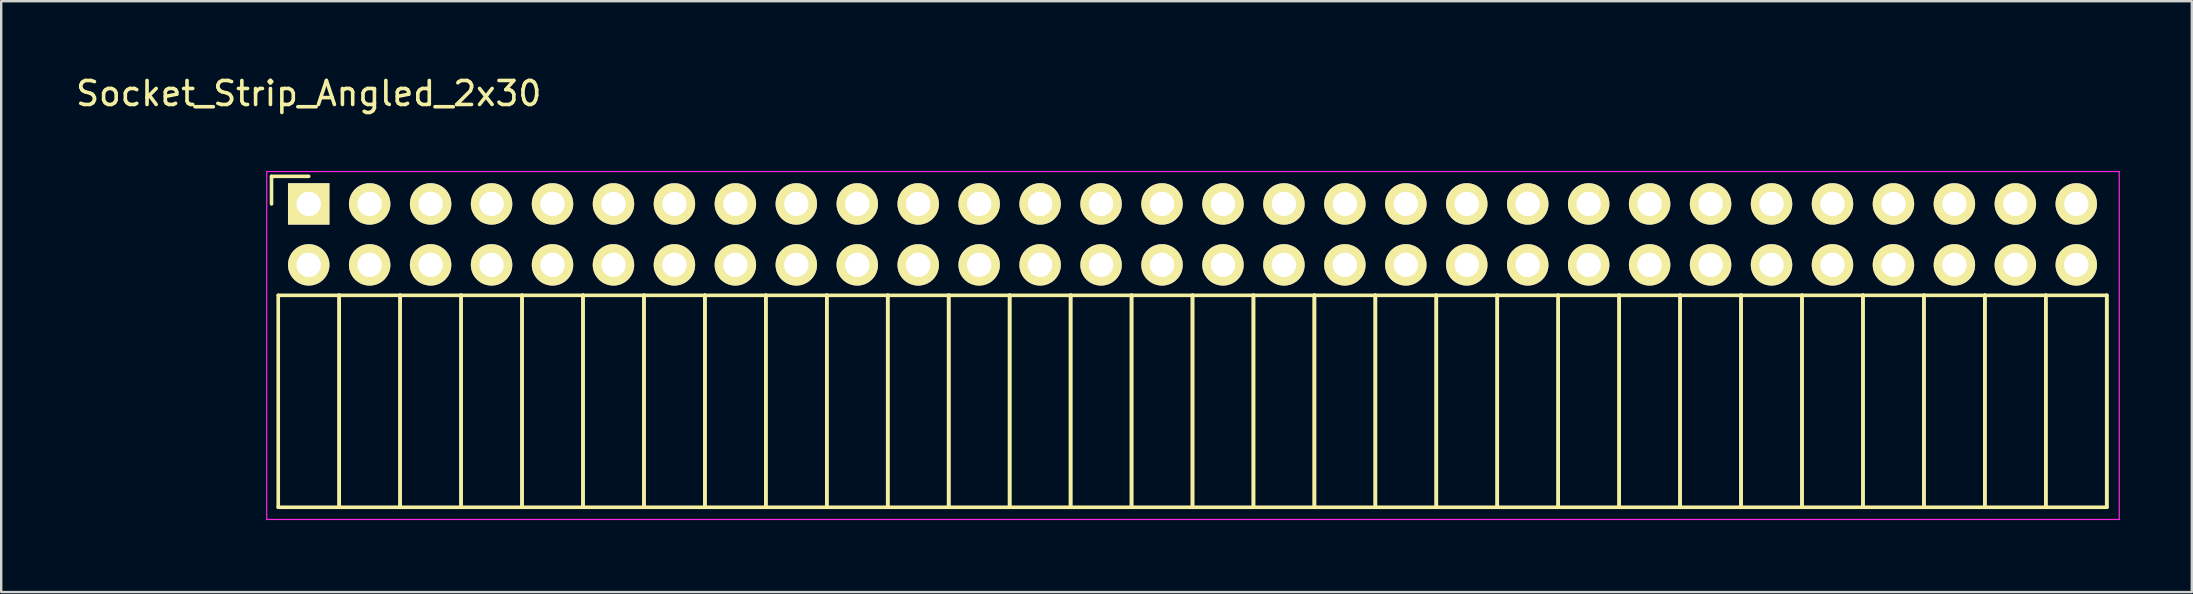
<source format=kicad_pcb>
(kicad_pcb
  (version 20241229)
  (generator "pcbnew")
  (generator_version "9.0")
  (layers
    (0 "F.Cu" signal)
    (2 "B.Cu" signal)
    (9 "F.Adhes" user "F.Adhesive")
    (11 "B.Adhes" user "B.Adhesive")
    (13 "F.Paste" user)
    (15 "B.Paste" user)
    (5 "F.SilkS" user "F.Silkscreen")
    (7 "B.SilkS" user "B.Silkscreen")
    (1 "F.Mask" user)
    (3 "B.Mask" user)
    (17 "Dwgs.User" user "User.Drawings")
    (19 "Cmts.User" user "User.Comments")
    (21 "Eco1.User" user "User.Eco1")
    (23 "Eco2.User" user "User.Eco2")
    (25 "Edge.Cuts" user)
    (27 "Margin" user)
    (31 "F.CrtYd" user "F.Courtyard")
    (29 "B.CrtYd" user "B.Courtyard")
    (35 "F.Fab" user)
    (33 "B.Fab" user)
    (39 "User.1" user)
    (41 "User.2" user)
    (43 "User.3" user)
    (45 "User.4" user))
  (footprint "Socket_Strip_Angled_2x30"
    (layer "F.Cu")
    (at 9.815 5.448)
    (property "Reference" "Socket_Strip_Angled_2x30" (at 0 -4.6 0) (layer "F.SilkS") (effects (font (size 1 1) (thickness 0.15))))
    (attr through_hole)
    (fp_line (start -1.55 -1.15) (end -1.55 0) (stroke (width 0.15) (type solid)) (layer "F.SilkS"))
    (fp_line (start -1.27 3.81) (end -1.27 12.64) (stroke (width 0.15) (type solid)) (layer "F.SilkS"))
    (fp_line (start -1.27 3.81) (end 1.27 3.81) (stroke (width 0.15) (type solid)) (layer "F.SilkS"))
    (fp_line (start -1.27 12.64) (end 1.27 12.64) (stroke (width 0.15) (type solid)) (layer "F.SilkS"))
    (fp_line (start 0 -1.15) (end -1.55 -1.15) (stroke (width 0.15) (type solid)) (layer "F.SilkS"))
    (fp_line (start 1.27 3.81) (end 1.27 12.64) (stroke (width 0.15) (type solid)) (layer "F.SilkS"))
    (fp_line (start 1.27 3.81) (end 3.81 3.81) (stroke (width 0.15) (type solid)) (layer "F.SilkS"))
    (fp_line (start 1.27 12.64) (end 1.27 3.81) (stroke (width 0.15) (type solid)) (layer "F.SilkS"))
    (fp_line (start 1.27 12.64) (end 3.81 12.64) (stroke (width 0.15) (type solid)) (layer "F.SilkS"))
    (fp_line (start 3.81 3.81) (end 3.81 12.64) (stroke (width 0.15) (type solid)) (layer "F.SilkS"))
    (fp_line (start 3.81 3.81) (end 6.35 3.81) (stroke (width 0.15) (type solid)) (layer "F.SilkS"))
    (fp_line (start 3.81 12.64) (end 3.81 3.81) (stroke (width 0.15) (type solid)) (layer "F.SilkS"))
    (fp_line (start 3.81 12.64) (end 6.35 12.64) (stroke (width 0.15) (type solid)) (layer "F.SilkS"))
    (fp_line (start 6.35 3.81) (end 6.35 12.64) (stroke (width 0.15) (type solid)) (layer "F.SilkS"))
    (fp_line (start 6.35 3.81) (end 8.89 3.81) (stroke (width 0.15) (type solid)) (layer "F.SilkS"))
    (fp_line (start 6.35 12.64) (end 6.35 3.81) (stroke (width 0.15) (type solid)) (layer "F.SilkS"))
    (fp_line (start 6.35 12.64) (end 8.89 12.64) (stroke (width 0.15) (type solid)) (layer "F.SilkS"))
    (fp_line (start 8.89 3.81) (end 8.89 12.64) (stroke (width 0.15) (type solid)) (layer "F.SilkS"))
    (fp_line (start 8.89 3.81) (end 11.43 3.81) (stroke (width 0.15) (type solid)) (layer "F.SilkS"))
    (fp_line (start 8.89 12.64) (end 8.89 3.81) (stroke (width 0.15) (type solid)) (layer "F.SilkS"))
    (fp_line (start 8.89 12.64) (end 11.43 12.64) (stroke (width 0.15) (type solid)) (layer "F.SilkS"))
    (fp_line (start 11.43 3.81) (end 11.43 12.64) (stroke (width 0.15) (type solid)) (layer "F.SilkS"))
    (fp_line (start 11.43 3.81) (end 13.97 3.81) (stroke (width 0.15) (type solid)) (layer "F.SilkS"))
    (fp_line (start 11.43 12.64) (end 11.43 3.81) (stroke (width 0.15) (type solid)) (layer "F.SilkS"))
    (fp_line (start 11.43 12.64) (end 13.97 12.64) (stroke (width 0.15) (type solid)) (layer "F.SilkS"))
    (fp_line (start 13.97 3.81) (end 13.97 12.64) (stroke (width 0.15) (type solid)) (layer "F.SilkS"))
    (fp_line (start 13.97 3.81) (end 16.51 3.81) (stroke (width 0.15) (type solid)) (layer "F.SilkS"))
    (fp_line (start 13.97 12.64) (end 13.97 3.81) (stroke (width 0.15) (type solid)) (layer "F.SilkS"))
    (fp_line (start 13.97 12.64) (end 16.51 12.64) (stroke (width 0.15) (type solid)) (layer "F.SilkS"))
    (fp_line (start 16.51 3.81) (end 16.51 12.64) (stroke (width 0.15) (type solid)) (layer "F.SilkS"))
    (fp_line (start 16.51 3.81) (end 19.05 3.81) (stroke (width 0.15) (type solid)) (layer "F.SilkS"))
    (fp_line (start 16.51 12.64) (end 16.51 3.81) (stroke (width 0.15) (type solid)) (layer "F.SilkS"))
    (fp_line (start 16.51 12.64) (end 19.05 12.64) (stroke (width 0.15) (type solid)) (layer "F.SilkS"))
    (fp_line (start 19.05 3.81) (end 19.05 12.64) (stroke (width 0.15) (type solid)) (layer "F.SilkS"))
    (fp_line (start 19.05 3.81) (end 21.59 3.81) (stroke (width 0.15) (type solid)) (layer "F.SilkS"))
    (fp_line (start 19.05 12.64) (end 19.05 3.81) (stroke (width 0.15) (type solid)) (layer "F.SilkS"))
    (fp_line (start 19.05 12.64) (end 21.59 12.64) (stroke (width 0.15) (type solid)) (layer "F.SilkS"))
    (fp_line (start 21.59 3.81) (end 21.59 12.64) (stroke (width 0.15) (type solid)) (layer "F.SilkS"))
    (fp_line (start 21.59 3.81) (end 24.13 3.81) (stroke (width 0.15) (type solid)) (layer "F.SilkS"))
    (fp_line (start 21.59 12.64) (end 21.59 3.81) (stroke (width 0.15) (type solid)) (layer "F.SilkS"))
    (fp_line (start 21.59 12.64) (end 24.13 12.64) (stroke (width 0.15) (type solid)) (layer "F.SilkS"))
    (fp_line (start 24.13 3.81) (end 24.13 12.64) (stroke (width 0.15) (type solid)) (layer "F.SilkS"))
    (fp_line (start 24.13 3.81) (end 26.67 3.81) (stroke (width 0.15) (type solid)) (layer "F.SilkS"))
    (fp_line (start 24.13 12.64) (end 24.13 3.81) (stroke (width 0.15) (type solid)) (layer "F.SilkS"))
    (fp_line (start 24.13 12.64) (end 26.67 12.64) (stroke (width 0.15) (type solid)) (layer "F.SilkS"))
    (fp_line (start 26.67 3.81) (end 26.67 12.64) (stroke (width 0.15) (type solid)) (layer "F.SilkS"))
    (fp_line (start 26.67 3.81) (end 29.21 3.81) (stroke (width 0.15) (type solid)) (layer "F.SilkS"))
    (fp_line (start 26.67 12.64) (end 26.67 3.81) (stroke (width 0.15) (type solid)) (layer "F.SilkS"))
    (fp_line (start 26.67 12.64) (end 29.21 12.64) (stroke (width 0.15) (type solid)) (layer "F.SilkS"))
    (fp_line (start 29.21 3.81) (end 29.21 12.64) (stroke (width 0.15) (type solid)) (layer "F.SilkS"))
    (fp_line (start 29.21 3.81) (end 31.75 3.81) (stroke (width 0.15) (type solid)) (layer "F.SilkS"))
    (fp_line (start 29.21 12.64) (end 29.21 3.81) (stroke (width 0.15) (type solid)) (layer "F.SilkS"))
    (fp_line (start 29.21 12.64) (end 31.75 12.64) (stroke (width 0.15) (type solid)) (layer "F.SilkS"))
    (fp_line (start 31.75 3.81) (end 31.75 12.64) (stroke (width 0.15) (type solid)) (layer "F.SilkS"))
    (fp_line (start 31.75 3.81) (end 34.29 3.81) (stroke (width 0.15) (type solid)) (layer "F.SilkS"))
    (fp_line (start 31.75 12.64) (end 31.75 3.81) (stroke (width 0.15) (type solid)) (layer "F.SilkS"))
    (fp_line (start 31.75 12.64) (end 34.29 12.64) (stroke (width 0.15) (type solid)) (layer "F.SilkS"))
    (fp_line (start 34.29 3.81) (end 34.29 12.64) (stroke (width 0.15) (type solid)) (layer "F.SilkS"))
    (fp_line (start 34.29 3.81) (end 36.83 3.81) (stroke (width 0.15) (type solid)) (layer "F.SilkS"))
    (fp_line (start 34.29 12.64) (end 34.29 3.81) (stroke (width 0.15) (type solid)) (layer "F.SilkS"))
    (fp_line (start 34.29 12.64) (end 36.83 12.64) (stroke (width 0.15) (type solid)) (layer "F.SilkS"))
    (fp_line (start 36.83 3.81) (end 36.83 12.64) (stroke (width 0.15) (type solid)) (layer "F.SilkS"))
    (fp_line (start 36.83 3.81) (end 39.37 3.81) (stroke (width 0.15) (type solid)) (layer "F.SilkS"))
    (fp_line (start 36.83 12.64) (end 36.83 3.81) (stroke (width 0.15) (type solid)) (layer "F.SilkS"))
    (fp_line (start 36.83 12.64) (end 39.37 12.64) (stroke (width 0.15) (type solid)) (layer "F.SilkS"))
    (fp_line (start 39.37 3.81) (end 39.37 12.64) (stroke (width 0.15) (type solid)) (layer "F.SilkS"))
    (fp_line (start 39.37 3.81) (end 41.91 3.81) (stroke (width 0.15) (type solid)) (layer "F.SilkS"))
    (fp_line (start 39.37 12.64) (end 39.37 3.81) (stroke (width 0.15) (type solid)) (layer "F.SilkS"))
    (fp_line (start 39.37 12.64) (end 41.91 12.64) (stroke (width 0.15) (type solid)) (layer "F.SilkS"))
    (fp_line (start 41.91 3.81) (end 41.91 12.64) (stroke (width 0.15) (type solid)) (layer "F.SilkS"))
    (fp_line (start 41.91 3.81) (end 44.45 3.81) (stroke (width 0.15) (type solid)) (layer "F.SilkS"))
    (fp_line (start 41.91 12.64) (end 41.91 3.81) (stroke (width 0.15) (type solid)) (layer "F.SilkS"))
    (fp_line (start 41.91 12.64) (end 44.45 12.64) (stroke (width 0.15) (type solid)) (layer "F.SilkS"))
    (fp_line (start 44.45 3.81) (end 44.45 12.64) (stroke (width 0.15) (type solid)) (layer "F.SilkS"))
    (fp_line (start 44.45 3.81) (end 46.99 3.81) (stroke (width 0.15) (type solid)) (layer "F.SilkS"))
    (fp_line (start 44.45 12.64) (end 44.45 3.81) (stroke (width 0.15) (type solid)) (layer "F.SilkS"))
    (fp_line (start 44.45 12.64) (end 46.99 12.64) (stroke (width 0.15) (type solid)) (layer "F.SilkS"))
    (fp_line (start 46.99 3.81) (end 46.99 12.64) (stroke (width 0.15) (type solid)) (layer "F.SilkS"))
    (fp_line (start 46.99 3.81) (end 49.53 3.81) (stroke (width 0.15) (type solid)) (layer "F.SilkS"))
    (fp_line (start 46.99 12.64) (end 46.99 3.81) (stroke (width 0.15) (type solid)) (layer "F.SilkS"))
    (fp_line (start 46.99 12.64) (end 49.53 12.64) (stroke (width 0.15) (type solid)) (layer "F.SilkS"))
    (fp_line (start 49.53 3.81) (end 49.53 12.64) (stroke (width 0.15) (type solid)) (layer "F.SilkS"))
    (fp_line (start 49.53 3.81) (end 52.07 3.81) (stroke (width 0.15) (type solid)) (layer "F.SilkS"))
    (fp_line (start 49.53 12.64) (end 49.53 3.81) (stroke (width 0.15) (type solid)) (layer "F.SilkS"))
    (fp_line (start 49.53 12.64) (end 52.07 12.64) (stroke (width 0.15) (type solid)) (layer "F.SilkS"))
    (fp_line (start 52.07 3.81) (end 52.07 12.64) (stroke (width 0.15) (type solid)) (layer "F.SilkS"))
    (fp_line (start 52.07 3.81) (end 54.61 3.81) (stroke (width 0.15) (type solid)) (layer "F.SilkS"))
    (fp_line (start 52.07 12.64) (end 52.07 3.81) (stroke (width 0.15) (type solid)) (layer "F.SilkS"))
    (fp_line (start 52.07 12.64) (end 54.61 12.64) (stroke (width 0.15) (type solid)) (layer "F.SilkS"))
    (fp_line (start 54.61 3.81) (end 54.61 12.64) (stroke (width 0.15) (type solid)) (layer "F.SilkS"))
    (fp_line (start 54.61 3.81) (end 57.15 3.81) (stroke (width 0.15) (type solid)) (layer "F.SilkS"))
    (fp_line (start 54.61 12.64) (end 54.61 3.81) (stroke (width 0.15) (type solid)) (layer "F.SilkS"))
    (fp_line (start 54.61 12.64) (end 57.15 12.64) (stroke (width 0.15) (type solid)) (layer "F.SilkS"))
    (fp_line (start 57.15 3.81) (end 57.15 12.64) (stroke (width 0.15) (type solid)) (layer "F.SilkS"))
    (fp_line (start 57.15 3.81) (end 59.69 3.81) (stroke (width 0.15) (type solid)) (layer "F.SilkS"))
    (fp_line (start 57.15 12.64) (end 57.15 3.81) (stroke (width 0.15) (type solid)) (layer "F.SilkS"))
    (fp_line (start 57.15 12.64) (end 59.69 12.64) (stroke (width 0.15) (type solid)) (layer "F.SilkS"))
    (fp_line (start 59.69 3.81) (end 59.69 12.64) (stroke (width 0.15) (type solid)) (layer "F.SilkS"))
    (fp_line (start 59.69 3.81) (end 62.23 3.81) (stroke (width 0.15) (type solid)) (layer "F.SilkS"))
    (fp_line (start 59.69 12.64) (end 59.69 3.81) (stroke (width 0.15) (type solid)) (layer "F.SilkS"))
    (fp_line (start 59.69 12.64) (end 62.23 12.64) (stroke (width 0.15) (type solid)) (layer "F.SilkS"))
    (fp_line (start 62.23 3.81) (end 62.23 12.64) (stroke (width 0.15) (type solid)) (layer "F.SilkS"))
    (fp_line (start 62.23 3.81) (end 64.77 3.81) (stroke (width 0.15) (type solid)) (layer "F.SilkS"))
    (fp_line (start 62.23 12.64) (end 62.23 3.81) (stroke (width 0.15) (type solid)) (layer "F.SilkS"))
    (fp_line (start 62.23 12.64) (end 64.77 12.64) (stroke (width 0.15) (type solid)) (layer "F.SilkS"))
    (fp_line (start 64.77 3.81) (end 64.77 12.64) (stroke (width 0.15) (type solid)) (layer "F.SilkS"))
    (fp_line (start 64.77 3.81) (end 67.31 3.81) (stroke (width 0.15) (type solid)) (layer "F.SilkS"))
    (fp_line (start 64.77 12.64) (end 64.77 3.81) (stroke (width 0.15) (type solid)) (layer "F.SilkS"))
    (fp_line (start 64.77 12.64) (end 67.31 12.64) (stroke (width 0.15) (type solid)) (layer "F.SilkS"))
    (fp_line (start 67.31 3.81) (end 67.31 12.64) (stroke (width 0.15) (type solid)) (layer "F.SilkS"))
    (fp_line (start 67.31 3.81) (end 69.85 3.81) (stroke (width 0.15) (type solid)) (layer "F.SilkS"))
    (fp_line (start 67.31 12.64) (end 67.31 3.81) (stroke (width 0.15) (type solid)) (layer "F.SilkS"))
    (fp_line (start 67.31 12.64) (end 69.85 12.64) (stroke (width 0.15) (type solid)) (layer "F.SilkS"))
    (fp_line (start 69.85 3.81) (end 69.85 12.64) (stroke (width 0.15) (type solid)) (layer "F.SilkS"))
    (fp_line (start 69.85 3.81) (end 72.39 3.81) (stroke (width 0.15) (type solid)) (layer "F.SilkS"))
    (fp_line (start 69.85 12.64) (end 69.85 3.81) (stroke (width 0.15) (type solid)) (layer "F.SilkS"))
    (fp_line (start 69.85 12.64) (end 72.39 12.64) (stroke (width 0.15) (type solid)) (layer "F.SilkS"))
    (fp_line (start 72.39 3.81) (end 72.39 12.64) (stroke (width 0.15) (type solid)) (layer "F.SilkS"))
    (fp_line (start 72.39 3.81) (end 74.93 3.81) (stroke (width 0.15) (type solid)) (layer "F.SilkS"))
    (fp_line (start 72.39 12.64) (end 72.39 3.81) (stroke (width 0.15) (type solid)) (layer "F.SilkS"))
    (fp_line (start 72.39 12.64) (end 74.93 12.64) (stroke (width 0.15) (type solid)) (layer "F.SilkS"))
    (fp_line (start 74.93 3.81) (end 74.93 12.64) (stroke (width 0.15) (type solid)) (layer "F.SilkS"))
    (fp_line (start 74.93 12.64) (end 74.93 3.81) (stroke (width 0.15) (type solid)) (layer "F.SilkS"))
    (fp_line (start -1.75 -1.35) (end -1.75 13.15) (stroke (width 0.05) (type solid)) (layer "F.CrtYd"))
    (fp_line (start -1.75 -1.35) (end 75.45 -1.35) (stroke (width 0.05) (type solid)) (layer "F.CrtYd"))
    (fp_line (start -1.75 13.15) (end 75.45 13.15) (stroke (width 0.05) (type solid)) (layer "F.CrtYd"))
    (fp_line (start 75.45 -1.35) (end 75.45 13.15) (stroke (width 0.05) (type solid)) (layer "F.CrtYd"))
    (pad "1" thru_hole rect (at 0 0) (size 1.727 1.727) (drill 1.016) (layers "*.Cu" "*.Mask" "F.SilkS"))
    (pad "2" thru_hole oval (at 0 2.54) (size 1.727 1.727) (drill 1.016) (layers "*.Cu" "*.Mask" "F.SilkS"))
    (pad "3" thru_hole oval (at 2.54 0) (size 1.727 1.727) (drill 1.016) (layers "*.Cu" "*.Mask" "F.SilkS"))
    (pad "4" thru_hole oval (at 2.54 2.54) (size 1.727 1.727) (drill 1.016) (layers "*.Cu" "*.Mask" "F.SilkS"))
    (pad "5" thru_hole oval (at 5.08 0) (size 1.727 1.727) (drill 1.016) (layers "*.Cu" "*.Mask" "F.SilkS"))
    (pad "6" thru_hole oval (at 5.08 2.54) (size 1.727 1.727) (drill 1.016) (layers "*.Cu" "*.Mask" "F.SilkS"))
    (pad "7" thru_hole oval (at 7.62 0) (size 1.727 1.727) (drill 1.016) (layers "*.Cu" "*.Mask" "F.SilkS"))
    (pad "8" thru_hole oval (at 7.62 2.54) (size 1.727 1.727) (drill 1.016) (layers "*.Cu" "*.Mask" "F.SilkS"))
    (pad "9" thru_hole oval (at 10.16 0) (size 1.727 1.727) (drill 1.016) (layers "*.Cu" "*.Mask" "F.SilkS"))
    (pad "10" thru_hole oval (at 10.16 2.54) (size 1.727 1.727) (drill 1.016) (layers "*.Cu" "*.Mask" "F.SilkS"))
    (pad "11" thru_hole oval (at 12.7 0) (size 1.727 1.727) (drill 1.016) (layers "*.Cu" "*.Mask" "F.SilkS"))
    (pad "12" thru_hole oval (at 12.7 2.54) (size 1.727 1.727) (drill 1.016) (layers "*.Cu" "*.Mask" "F.SilkS"))
    (pad "13" thru_hole oval (at 15.24 0) (size 1.727 1.727) (drill 1.016) (layers "*.Cu" "*.Mask" "F.SilkS"))
    (pad "14" thru_hole oval (at 15.24 2.54) (size 1.727 1.727) (drill 1.016) (layers "*.Cu" "*.Mask" "F.SilkS"))
    (pad "15" thru_hole oval (at 17.78 0) (size 1.727 1.727) (drill 1.016) (layers "*.Cu" "*.Mask" "F.SilkS"))
    (pad "16" thru_hole oval (at 17.78 2.54) (size 1.727 1.727) (drill 1.016) (layers "*.Cu" "*.Mask" "F.SilkS"))
    (pad "17" thru_hole oval (at 20.32 0) (size 1.727 1.727) (drill 1.016) (layers "*.Cu" "*.Mask" "F.SilkS"))
    (pad "18" thru_hole oval (at 20.32 2.54) (size 1.727 1.727) (drill 1.016) (layers "*.Cu" "*.Mask" "F.SilkS"))
    (pad "19" thru_hole oval (at 22.86 0) (size 1.727 1.727) (drill 1.016) (layers "*.Cu" "*.Mask" "F.SilkS"))
    (pad "20" thru_hole oval (at 22.86 2.54) (size 1.727 1.727) (drill 1.016) (layers "*.Cu" "*.Mask" "F.SilkS"))
    (pad "21" thru_hole oval (at 25.4 0) (size 1.727 1.727) (drill 1.016) (layers "*.Cu" "*.Mask" "F.SilkS"))
    (pad "22" thru_hole oval (at 25.4 2.54) (size 1.727 1.727) (drill 1.016) (layers "*.Cu" "*.Mask" "F.SilkS"))
    (pad "23" thru_hole oval (at 27.94 0) (size 1.727 1.727) (drill 1.016) (layers "*.Cu" "*.Mask" "F.SilkS"))
    (pad "24" thru_hole oval (at 27.94 2.54) (size 1.727 1.727) (drill 1.016) (layers "*.Cu" "*.Mask" "F.SilkS"))
    (pad "25" thru_hole oval (at 30.48 0) (size 1.727 1.727) (drill 1.016) (layers "*.Cu" "*.Mask" "F.SilkS"))
    (pad "26" thru_hole oval (at 30.48 2.54) (size 1.727 1.727) (drill 1.016) (layers "*.Cu" "*.Mask" "F.SilkS"))
    (pad "27" thru_hole oval (at 33.02 0) (size 1.727 1.727) (drill 1.016) (layers "*.Cu" "*.Mask" "F.SilkS"))
    (pad "28" thru_hole oval (at 33.02 2.54) (size 1.727 1.727) (drill 1.016) (layers "*.Cu" "*.Mask" "F.SilkS"))
    (pad "29" thru_hole oval (at 35.56 0) (size 1.727 1.727) (drill 1.016) (layers "*.Cu" "*.Mask" "F.SilkS"))
    (pad "30" thru_hole oval (at 35.56 2.54) (size 1.727 1.727) (drill 1.016) (layers "*.Cu" "*.Mask" "F.SilkS"))
    (pad "31" thru_hole oval (at 38.1 0) (size 1.727 1.727) (drill 1.016) (layers "*.Cu" "*.Mask" "F.SilkS"))
    (pad "32" thru_hole oval (at 38.1 2.54) (size 1.727 1.727) (drill 1.016) (layers "*.Cu" "*.Mask" "F.SilkS"))
    (pad "33" thru_hole oval (at 40.64 0) (size 1.727 1.727) (drill 1.016) (layers "*.Cu" "*.Mask" "F.SilkS"))
    (pad "34" thru_hole oval (at 40.64 2.54) (size 1.727 1.727) (drill 1.016) (layers "*.Cu" "*.Mask" "F.SilkS"))
    (pad "35" thru_hole oval (at 43.18 0) (size 1.727 1.727) (drill 1.016) (layers "*.Cu" "*.Mask" "F.SilkS"))
    (pad "36" thru_hole oval (at 43.18 2.54) (size 1.727 1.727) (drill 1.016) (layers "*.Cu" "*.Mask" "F.SilkS"))
    (pad "37" thru_hole oval (at 45.72 0) (size 1.727 1.727) (drill 1.016) (layers "*.Cu" "*.Mask" "F.SilkS"))
    (pad "38" thru_hole oval (at 45.72 2.54) (size 1.727 1.727) (drill 1.016) (layers "*.Cu" "*.Mask" "F.SilkS"))
    (pad "39" thru_hole oval (at 48.26 0) (size 1.727 1.727) (drill 1.016) (layers "*.Cu" "*.Mask" "F.SilkS"))
    (pad "40" thru_hole oval (at 48.26 2.54) (size 1.727 1.727) (drill 1.016) (layers "*.Cu" "*.Mask" "F.SilkS"))
    (pad "41" thru_hole oval (at 50.8 0) (size 1.727 1.727) (drill 1.016) (layers "*.Cu" "*.Mask" "F.SilkS"))
    (pad "42" thru_hole oval (at 50.8 2.54) (size 1.727 1.727) (drill 1.016) (layers "*.Cu" "*.Mask" "F.SilkS"))
    (pad "43" thru_hole oval (at 53.34 0) (size 1.727 1.727) (drill 1.016) (layers "*.Cu" "*.Mask" "F.SilkS"))
    (pad "44" thru_hole oval (at 53.34 2.54) (size 1.727 1.727) (drill 1.016) (layers "*.Cu" "*.Mask" "F.SilkS"))
    (pad "45" thru_hole oval (at 55.88 0) (size 1.727 1.727) (drill 1.016) (layers "*.Cu" "*.Mask" "F.SilkS"))
    (pad "46" thru_hole oval (at 55.88 2.54) (size 1.727 1.727) (drill 1.016) (layers "*.Cu" "*.Mask" "F.SilkS"))
    (pad "47" thru_hole oval (at 58.42 0) (size 1.727 1.727) (drill 1.016) (layers "*.Cu" "*.Mask" "F.SilkS"))
    (pad "48" thru_hole oval (at 58.42 2.54) (size 1.727 1.727) (drill 1.016) (layers "*.Cu" "*.Mask" "F.SilkS"))
    (pad "49" thru_hole oval (at 60.96 0) (size 1.727 1.727) (drill 1.016) (layers "*.Cu" "*.Mask" "F.SilkS"))
    (pad "50" thru_hole oval (at 60.96 2.54) (size 1.727 1.727) (drill 1.016) (layers "*.Cu" "*.Mask" "F.SilkS"))
    (pad "51" thru_hole oval (at 63.5 0) (size 1.727 1.727) (drill 1.016) (layers "*.Cu" "*.Mask" "F.SilkS"))
    (pad "52" thru_hole oval (at 63.5 2.54) (size 1.727 1.727) (drill 1.016) (layers "*.Cu" "*.Mask" "F.SilkS"))
    (pad "53" thru_hole oval (at 66.04 0) (size 1.727 1.727) (drill 1.016) (layers "*.Cu" "*.Mask" "F.SilkS"))
    (pad "54" thru_hole oval (at 66.04 2.54) (size 1.727 1.727) (drill 1.016) (layers "*.Cu" "*.Mask" "F.SilkS"))
    (pad "55" thru_hole oval (at 68.58 0) (size 1.727 1.727) (drill 1.016) (layers "*.Cu" "*.Mask" "F.SilkS"))
    (pad "56" thru_hole oval (at 68.58 2.54) (size 1.727 1.727) (drill 1.016) (layers "*.Cu" "*.Mask" "F.SilkS"))
    (pad "57" thru_hole oval (at 71.12 0) (size 1.727 1.727) (drill 1.016) (layers "*.Cu" "*.Mask" "F.SilkS"))
    (pad "58" thru_hole oval (at 71.12 2.54) (size 1.727 1.727) (drill 1.016) (layers "*.Cu" "*.Mask" "F.SilkS"))
    (pad "59" thru_hole oval (at 73.66 0) (size 1.727 1.727) (drill 1.016) (layers "*.Cu" "*.Mask" "F.SilkS"))
    (pad "60" thru_hole oval (at 73.66 2.54) (size 1.727 1.727) (drill 1.016) (layers "*.Cu" "*.Mask" "F.SilkS")))
  (gr_rect
    (start -3 -3)
    (end 88.29 21.623)
    (stroke (width 0.1) (type default))
    (fill no)
    (layer "Edge.Cuts")))
</source>
